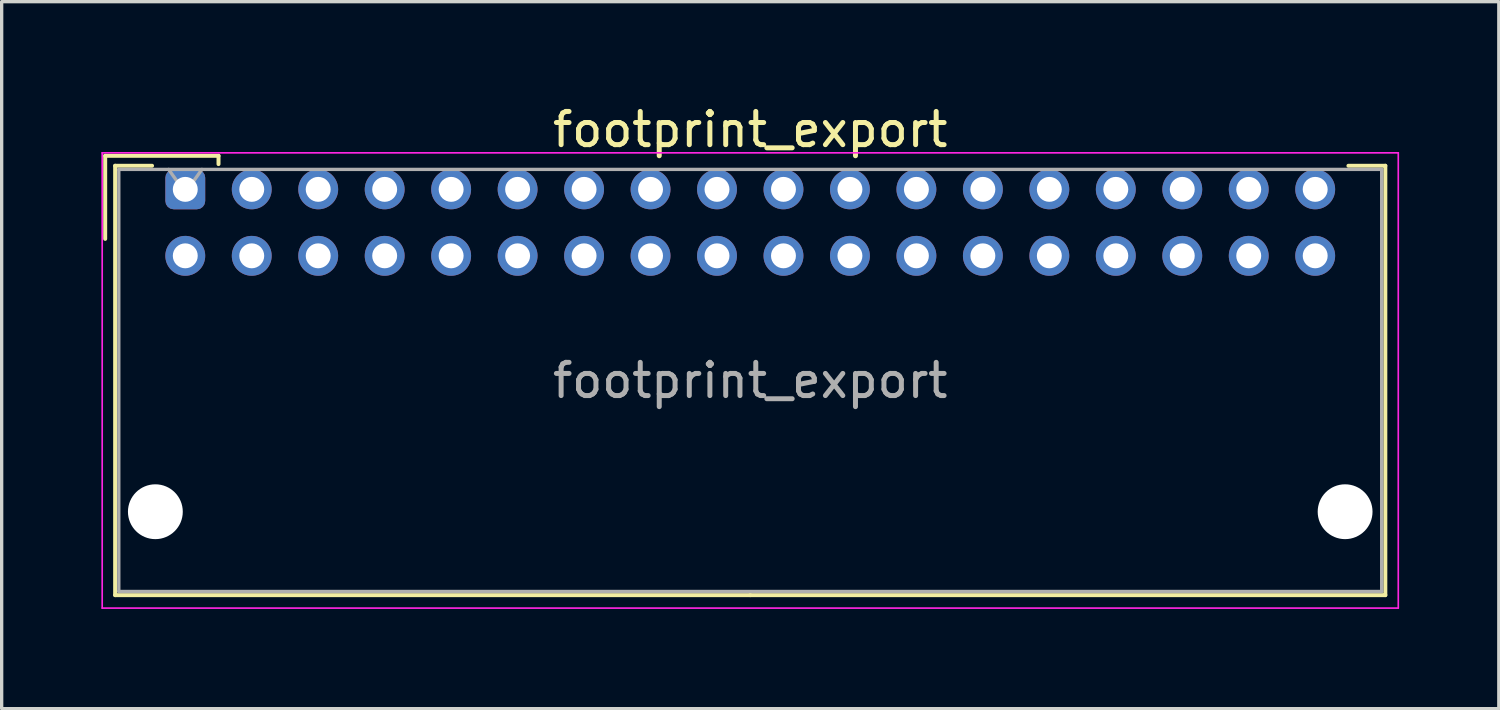
<source format=kicad_pcb>
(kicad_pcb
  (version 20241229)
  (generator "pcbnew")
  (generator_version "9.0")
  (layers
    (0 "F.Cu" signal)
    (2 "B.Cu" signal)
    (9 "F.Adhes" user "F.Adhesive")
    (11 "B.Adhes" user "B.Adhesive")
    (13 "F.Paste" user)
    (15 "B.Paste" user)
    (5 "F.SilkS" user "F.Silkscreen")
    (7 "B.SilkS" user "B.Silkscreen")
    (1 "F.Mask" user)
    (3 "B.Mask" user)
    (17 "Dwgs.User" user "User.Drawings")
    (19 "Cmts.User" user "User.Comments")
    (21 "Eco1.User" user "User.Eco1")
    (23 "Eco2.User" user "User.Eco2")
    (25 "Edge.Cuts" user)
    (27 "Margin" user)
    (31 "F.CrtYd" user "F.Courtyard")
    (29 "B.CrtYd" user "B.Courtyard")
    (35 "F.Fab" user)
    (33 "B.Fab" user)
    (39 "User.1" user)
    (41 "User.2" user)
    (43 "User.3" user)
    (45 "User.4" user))
  (footprint "footprint_export"
    (layer "F.Cu")
    (at 2.525 2.648)
    (property "Reference" "footprint_export" (at 17 -1.8 0) (layer "F.SilkS") (effects (font (size 1 1) (thickness 0.15))))
    (attr through_hole)
    (fp_line (start -2.41 -1.01) (end -2.41 1.49) (stroke (width 0.12) (type solid)) (layer "F.SilkS"))
    (fp_line (start -2.11 -0.71) (end -2.11 12.21) (stroke (width 0.12) (type solid)) (layer "F.SilkS"))
    (fp_line (start -2.11 12.21) (end 17 12.21) (stroke (width 0.12) (type solid)) (layer "F.SilkS"))
    (fp_line (start -1 -0.71) (end -2.11 -0.71) (stroke (width 0.12) (type solid)) (layer "F.SilkS"))
    (fp_line (start 1 -1.01) (end -2.41 -1.01) (stroke (width 0.12) (type solid)) (layer "F.SilkS"))
    (fp_line (start 1 -0.76) (end 1 -1.01) (stroke (width 0.12) (type solid)) (layer "F.SilkS"))
    (fp_line (start 35 -0.71) (end 36.11 -0.71) (stroke (width 0.12) (type solid)) (layer "F.SilkS"))
    (fp_line (start 36.11 -0.71) (end 36.11 12.21) (stroke (width 0.12) (type solid)) (layer "F.SilkS"))
    (fp_line (start 36.11 12.21) (end 17 12.21) (stroke (width 0.12) (type solid)) (layer "F.SilkS"))
    (fp_line (start -2.5 -1.1) (end -2.5 12.6) (stroke (width 0.05) (type solid)) (layer "F.CrtYd"))
    (fp_line (start -2.5 12.6) (end 36.5 12.6) (stroke (width 0.05) (type solid)) (layer "F.CrtYd"))
    (fp_line (start 36.5 -1.1) (end -2.5 -1.1) (stroke (width 0.05) (type solid)) (layer "F.CrtYd"))
    (fp_line (start 36.5 12.6) (end 36.5 -1.1) (stroke (width 0.05) (type solid)) (layer "F.CrtYd"))
    (fp_line (start -2 -0.6) (end -2 12.1) (stroke (width 0.1) (type solid)) (layer "F.Fab"))
    (fp_line (start -2 12.1) (end 36 12.1) (stroke (width 0.1) (type solid)) (layer "F.Fab"))
    (fp_line (start 0 0.107) (end -0.5 -0.6) (stroke (width 0.1) (type solid)) (layer "F.Fab"))
    (fp_line (start 0.5 -0.6) (end 0 0.107) (stroke (width 0.1) (type solid)) (layer "F.Fab"))
    (fp_line (start 36 -0.6) (end -2 -0.6) (stroke (width 0.1) (type solid)) (layer "F.Fab"))
    (fp_line (start 36 12.1) (end 36 -0.6) (stroke (width 0.1) (type solid)) (layer "F.Fab"))
    (fp_text user "${REFERENCE}" (at 17 5.75 0) (layer "F.Fab") (effects (font (size 1 1) (thickness 0.15))))
    (pad "" np_thru_hole circle (at -0.9 9.7) (size 1.65 1.65) (drill 1.65) (layers "*.Cu" "*.Mask"))
    (pad "" np_thru_hole circle (at 34.9 9.7) (size 1.65 1.65) (drill 1.65) (layers "*.Cu" "*.Mask"))
    (pad "1" thru_hole roundrect (at 0 0) (size 1.2 1.2) (drill 0.75) (layers "*.Cu" "*.Mask") (roundrect_rratio 0.208))
    (pad "2" thru_hole circle (at 0 2) (size 1.2 1.2) (drill 0.75) (layers "*.Cu" "*.Mask"))
    (pad "3" thru_hole circle (at 2 0) (size 1.2 1.2) (drill 0.75) (layers "*.Cu" "*.Mask"))
    (pad "4" thru_hole circle (at 2 2) (size 1.2 1.2) (drill 0.75) (layers "*.Cu" "*.Mask"))
    (pad "5" thru_hole circle (at 4 0) (size 1.2 1.2) (drill 0.75) (layers "*.Cu" "*.Mask"))
    (pad "6" thru_hole circle (at 4 2) (size 1.2 1.2) (drill 0.75) (layers "*.Cu" "*.Mask"))
    (pad "7" thru_hole circle (at 6 0) (size 1.2 1.2) (drill 0.75) (layers "*.Cu" "*.Mask"))
    (pad "8" thru_hole circle (at 6 2) (size 1.2 1.2) (drill 0.75) (layers "*.Cu" "*.Mask"))
    (pad "9" thru_hole circle (at 8 0) (size 1.2 1.2) (drill 0.75) (layers "*.Cu" "*.Mask"))
    (pad "10" thru_hole circle (at 8 2) (size 1.2 1.2) (drill 0.75) (layers "*.Cu" "*.Mask"))
    (pad "11" thru_hole circle (at 10 0) (size 1.2 1.2) (drill 0.75) (layers "*.Cu" "*.Mask"))
    (pad "12" thru_hole circle (at 10 2) (size 1.2 1.2) (drill 0.75) (layers "*.Cu" "*.Mask"))
    (pad "13" thru_hole circle (at 12 0) (size 1.2 1.2) (drill 0.75) (layers "*.Cu" "*.Mask"))
    (pad "14" thru_hole circle (at 12 2) (size 1.2 1.2) (drill 0.75) (layers "*.Cu" "*.Mask"))
    (pad "15" thru_hole circle (at 14 0) (size 1.2 1.2) (drill 0.75) (layers "*.Cu" "*.Mask"))
    (pad "16" thru_hole circle (at 14 2) (size 1.2 1.2) (drill 0.75) (layers "*.Cu" "*.Mask"))
    (pad "17" thru_hole circle (at 16 0) (size 1.2 1.2) (drill 0.75) (layers "*.Cu" "*.Mask"))
    (pad "18" thru_hole circle (at 16 2) (size 1.2 1.2) (drill 0.75) (layers "*.Cu" "*.Mask"))
    (pad "19" thru_hole circle (at 18 0) (size 1.2 1.2) (drill 0.75) (layers "*.Cu" "*.Mask"))
    (pad "20" thru_hole circle (at 18 2) (size 1.2 1.2) (drill 0.75) (layers "*.Cu" "*.Mask"))
    (pad "21" thru_hole circle (at 20 0) (size 1.2 1.2) (drill 0.75) (layers "*.Cu" "*.Mask"))
    (pad "22" thru_hole circle (at 20 2) (size 1.2 1.2) (drill 0.75) (layers "*.Cu" "*.Mask"))
    (pad "23" thru_hole circle (at 22 0) (size 1.2 1.2) (drill 0.75) (layers "*.Cu" "*.Mask"))
    (pad "24" thru_hole circle (at 22 2) (size 1.2 1.2) (drill 0.75) (layers "*.Cu" "*.Mask"))
    (pad "25" thru_hole circle (at 24 0) (size 1.2 1.2) (drill 0.75) (layers "*.Cu" "*.Mask"))
    (pad "26" thru_hole circle (at 24 2) (size 1.2 1.2) (drill 0.75) (layers "*.Cu" "*.Mask"))
    (pad "27" thru_hole circle (at 26 0) (size 1.2 1.2) (drill 0.75) (layers "*.Cu" "*.Mask"))
    (pad "28" thru_hole circle (at 26 2) (size 1.2 1.2) (drill 0.75) (layers "*.Cu" "*.Mask"))
    (pad "29" thru_hole circle (at 28 0) (size 1.2 1.2) (drill 0.75) (layers "*.Cu" "*.Mask"))
    (pad "30" thru_hole circle (at 28 2) (size 1.2 1.2) (drill 0.75) (layers "*.Cu" "*.Mask"))
    (pad "31" thru_hole circle (at 30 0) (size 1.2 1.2) (drill 0.75) (layers "*.Cu" "*.Mask"))
    (pad "32" thru_hole circle (at 30 2) (size 1.2 1.2) (drill 0.75) (layers "*.Cu" "*.Mask"))
    (pad "33" thru_hole circle (at 32 0) (size 1.2 1.2) (drill 0.75) (layers "*.Cu" "*.Mask"))
    (pad "34" thru_hole circle (at 32 2) (size 1.2 1.2) (drill 0.75) (layers "*.Cu" "*.Mask"))
    (pad "35" thru_hole circle (at 34 0) (size 1.2 1.2) (drill 0.75) (layers "*.Cu" "*.Mask"))
    (pad "36" thru_hole circle (at 34 2) (size 1.2 1.2) (drill 0.75) (layers "*.Cu" "*.Mask")))
  (gr_rect
    (start -3 -3)
    (end 42.05 18.273)
    (stroke (width 0.1) (type default))
    (fill no)
    (layer "Edge.Cuts")))
</source>
